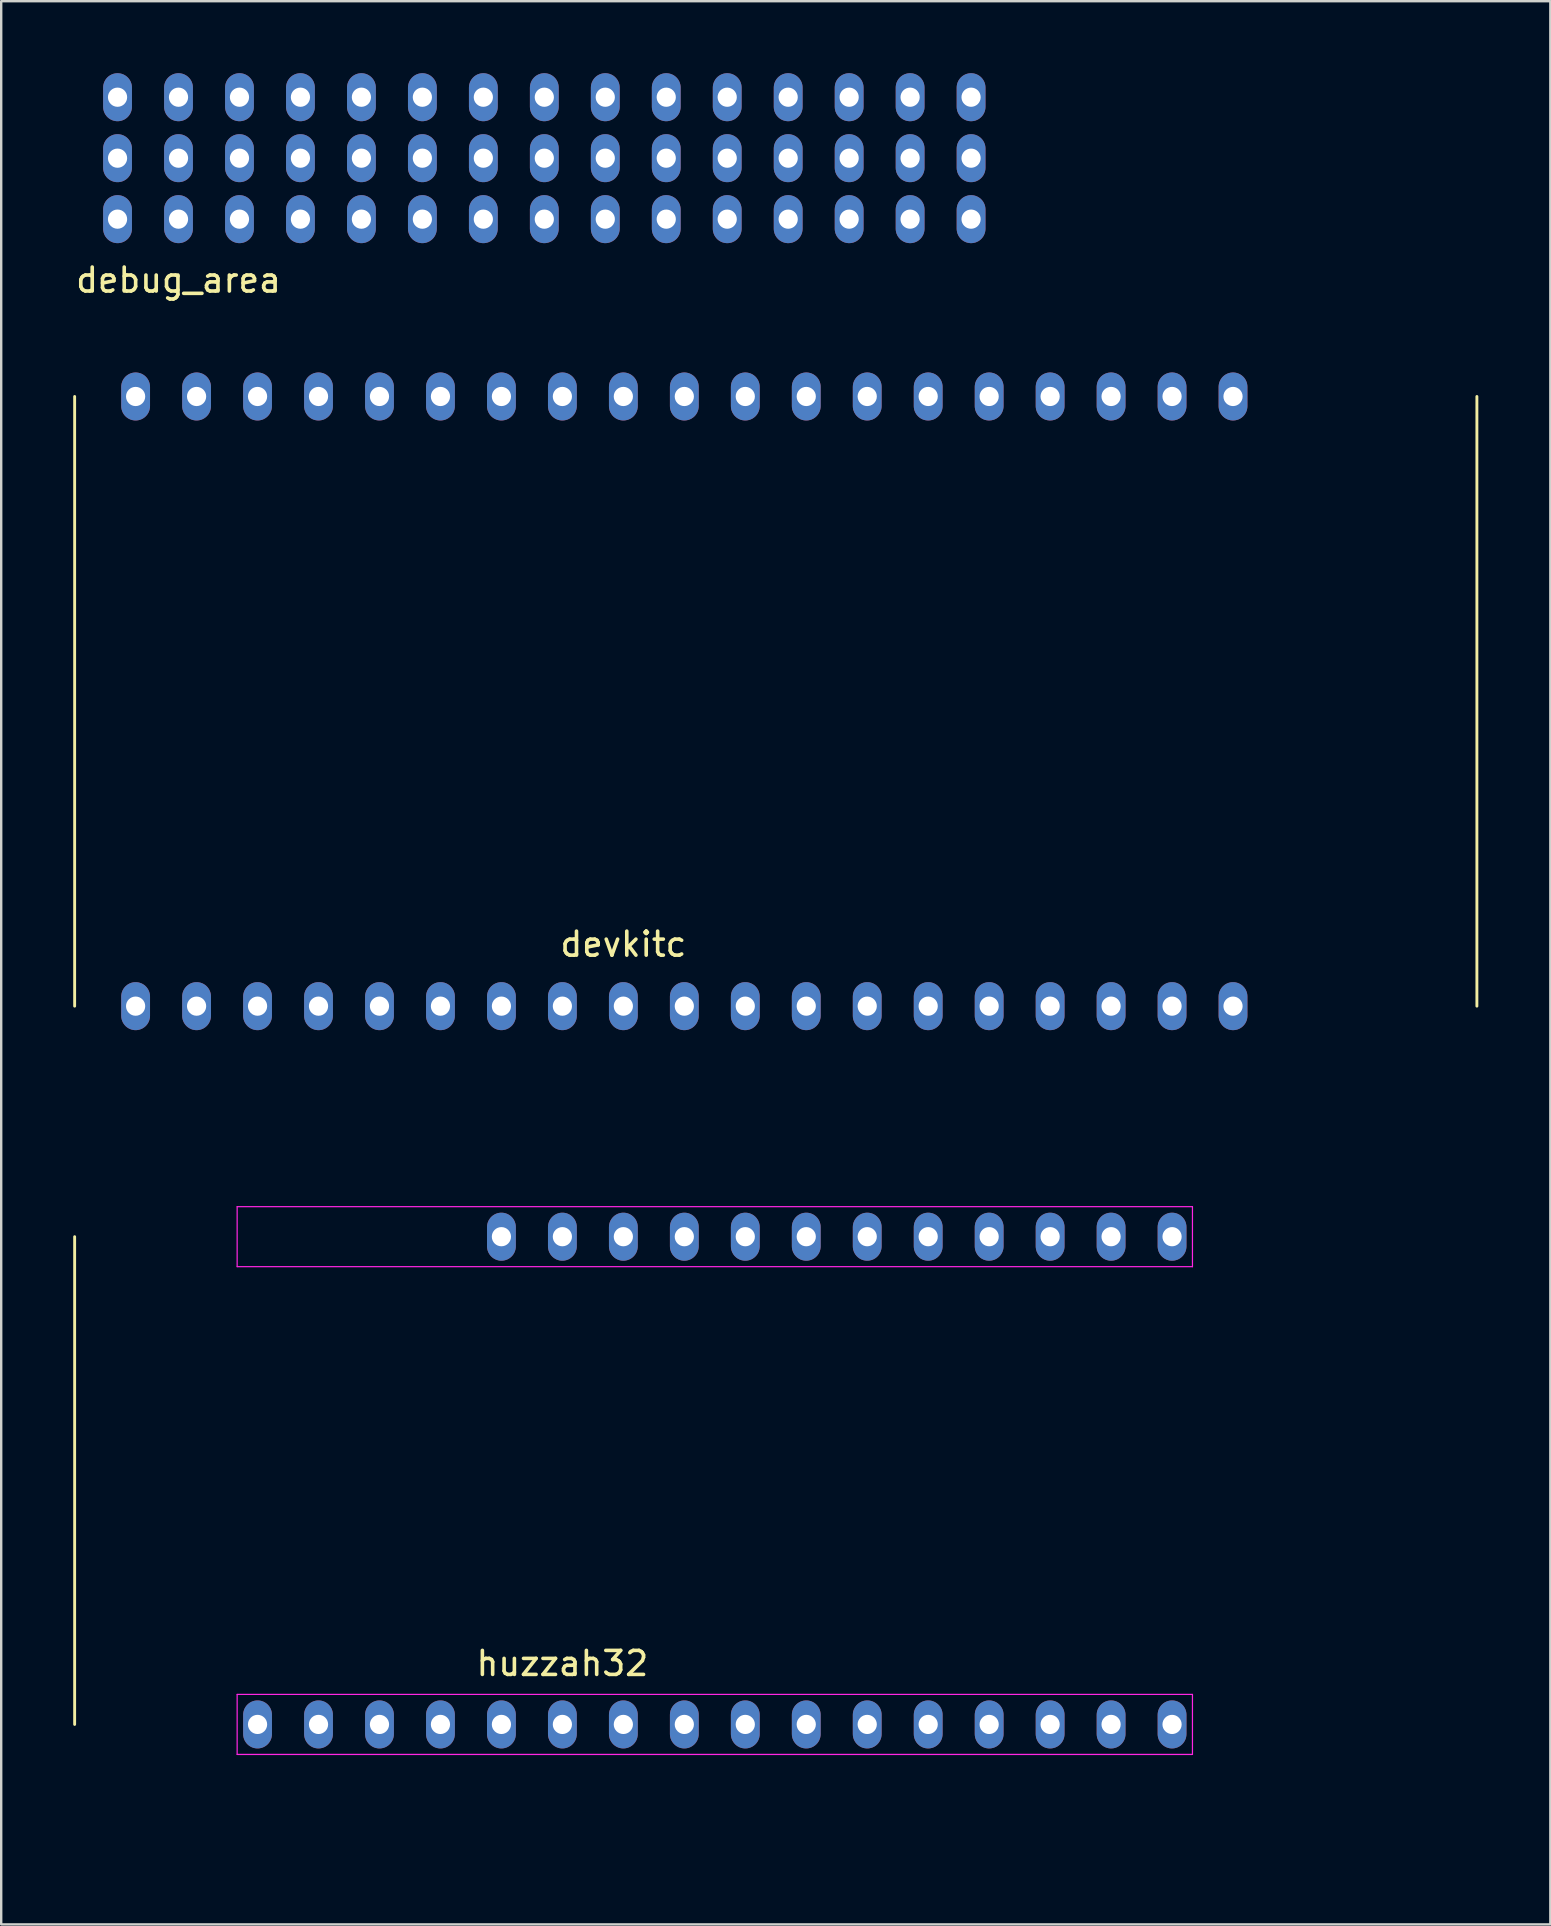
<source format=kicad_pcb>
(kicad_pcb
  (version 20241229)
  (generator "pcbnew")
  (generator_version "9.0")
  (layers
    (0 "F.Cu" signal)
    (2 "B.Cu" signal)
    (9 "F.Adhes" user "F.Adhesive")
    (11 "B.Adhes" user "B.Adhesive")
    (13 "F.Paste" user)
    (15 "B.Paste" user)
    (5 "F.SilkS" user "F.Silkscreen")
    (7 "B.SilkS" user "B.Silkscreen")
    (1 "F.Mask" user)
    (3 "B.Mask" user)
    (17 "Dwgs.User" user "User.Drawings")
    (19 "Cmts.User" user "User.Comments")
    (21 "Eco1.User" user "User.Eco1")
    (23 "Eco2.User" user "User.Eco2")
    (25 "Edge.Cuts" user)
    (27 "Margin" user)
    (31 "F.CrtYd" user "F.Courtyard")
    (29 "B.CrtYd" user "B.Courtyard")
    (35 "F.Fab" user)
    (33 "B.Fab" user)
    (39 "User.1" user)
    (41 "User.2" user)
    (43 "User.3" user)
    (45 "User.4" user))
  (footprint "huzzah32"
    (layer "F.Cu")
    (at 25.46 73.873)
    (property "Reference" "huzzah32" (at -5.08 -7.62 0) (layer "F.SilkS") (effects (font (size 1 1) (thickness 0.15))))
    (attr through_hole)
    (fp_line (start -25.4 -25.4) (end -25.4 -5.08) (stroke (width 0.12) (type solid)) (layer "F.SilkS"))
    (fp_line (start -18.63 -26.65) (end 21.17 -26.65) (stroke (width 0.05) (type solid)) (layer "F.CrtYd"))
    (fp_line (start -18.63 -24.15) (end -18.63 -26.65) (stroke (width 0.05) (type solid)) (layer "F.CrtYd"))
    (fp_line (start -18.63 -6.33) (end 21.17 -6.33) (stroke (width 0.05) (type solid)) (layer "F.CrtYd"))
    (fp_line (start -18.63 -3.83) (end -18.63 -6.33) (stroke (width 0.05) (type solid)) (layer "F.CrtYd"))
    (fp_line (start 21.17 -26.65) (end 21.17 -24.15) (stroke (width 0.05) (type solid)) (layer "F.CrtYd"))
    (fp_line (start 21.17 -24.15) (end -18.63 -24.15) (stroke (width 0.05) (type solid)) (layer "F.CrtYd"))
    (fp_line (start 21.17 -6.33) (end 21.17 -3.83) (stroke (width 0.05) (type solid)) (layer "F.CrtYd"))
    (fp_line (start 21.17 -3.83) (end -18.63 -3.83) (stroke (width 0.05) (type solid)) (layer "F.CrtYd"))
    (pad "1" thru_hole oval (at 20.32 -5.08) (size 1.2 2) (drill 0.8) (layers "*.Cu" "*.Mask"))
    (pad "2" thru_hole oval (at 17.78 -5.08) (size 1.2 2) (drill 0.8) (layers "*.Cu" "*.Mask"))
    (pad "3" thru_hole oval (at 15.24 -5.08) (size 1.2 2) (drill 0.8) (layers "*.Cu" "*.Mask"))
    (pad "4" thru_hole oval (at 12.7 -5.08) (size 1.2 2) (drill 0.8) (layers "*.Cu" "*.Mask"))
    (pad "5" thru_hole oval (at 10.16 -5.08) (size 1.2 2) (drill 0.8) (layers "*.Cu" "*.Mask"))
    (pad "6" thru_hole oval (at 7.62 -5.08) (size 1.2 2) (drill 0.8) (layers "*.Cu" "*.Mask"))
    (pad "7" thru_hole oval (at 5.08 -5.08) (size 1.2 2) (drill 0.8) (layers "*.Cu" "*.Mask"))
    (pad "8" thru_hole oval (at 2.54 -5.08) (size 1.2 2) (drill 0.8) (layers "*.Cu" "*.Mask"))
    (pad "9" thru_hole oval (at 0 -5.08) (size 1.2 2) (drill 0.8) (layers "*.Cu" "*.Mask"))
    (pad "10" thru_hole oval (at -2.54 -5.08) (size 1.2 2) (drill 0.8) (layers "*.Cu" "*.Mask"))
    (pad "11" thru_hole oval (at -5.08 -5.08) (size 1.2 2) (drill 0.8) (layers "*.Cu" "*.Mask"))
    (pad "12" thru_hole oval (at -7.62 -5.08) (size 1.2 2) (drill 0.8) (layers "*.Cu" "*.Mask"))
    (pad "13" thru_hole oval (at -10.16 -5.08) (size 1.2 2) (drill 0.8) (layers "*.Cu" "*.Mask"))
    (pad "14" thru_hole oval (at -12.7 -5.08) (size 1.2 2) (drill 0.8) (layers "*.Cu" "*.Mask"))
    (pad "15" thru_hole oval (at -15.24 -5.08) (size 1.2 2) (drill 0.8) (layers "*.Cu" "*.Mask"))
    (pad "16" thru_hole oval (at -17.78 -5.08) (size 1.2 2) (drill 0.8) (layers "*.Cu" "*.Mask"))
    (pad "17" thru_hole oval (at 20.32 -25.4) (size 1.2 2) (drill 0.8) (layers "*.Cu" "*.Mask"))
    (pad "18" thru_hole oval (at 17.78 -25.4) (size 1.2 2) (drill 0.8) (layers "*.Cu" "*.Mask"))
    (pad "19" thru_hole oval (at 15.24 -25.4) (size 1.2 2) (drill 0.8) (layers "*.Cu" "*.Mask"))
    (pad "20" thru_hole oval (at 12.7 -25.4) (size 1.2 2) (drill 0.8) (layers "*.Cu" "*.Mask"))
    (pad "21" thru_hole oval (at 10.16 -25.4) (size 1.2 2) (drill 0.8) (layers "*.Cu" "*.Mask"))
    (pad "22" thru_hole oval (at 7.62 -25.4) (size 1.2 2) (drill 0.8) (layers "*.Cu" "*.Mask"))
    (pad "23" thru_hole oval (at 5.08 -25.4) (size 1.2 2) (drill 0.8) (layers "*.Cu" "*.Mask"))
    (pad "24" thru_hole oval (at 2.54 -25.4) (size 1.2 2) (drill 0.8) (layers "*.Cu" "*.Mask"))
    (pad "25" thru_hole oval (at 0 -25.4) (size 1.2 2) (drill 0.8) (layers "*.Cu" "*.Mask"))
    (pad "26" thru_hole oval (at -2.54 -25.4) (size 1.2 2) (drill 0.8) (layers "*.Cu" "*.Mask"))
    (pad "27" thru_hole oval (at -5.08 -25.4) (size 1.2 2) (drill 0.8) (layers "*.Cu" "*.Mask"))
    (pad "28" thru_hole oval (at -7.62 -25.4) (size 1.2 2) (drill 0.8) (layers "*.Cu" "*.Mask")))
  (footprint "debug_area"
    (layer "F.Cu")
    (at 17.087 6.08)
    (property "Reference" "debug_area" (at -12.7 2.54 0) (layer "F.SilkS") (effects (font (size 1 1) (thickness 0.15))))
    (attr through_hole)
    (pad "" thru_hole oval (at -15.24 -5.08) (size 1.2 2) (drill 0.8) (layers "*.Cu" "*.Mask"))
    (pad "" thru_hole oval (at -15.24 -2.54) (size 1.2 2) (drill 0.8) (layers "*.Cu" "*.Mask"))
    (pad "" thru_hole oval (at -15.24 0) (size 1.2 2) (drill 0.8) (layers "*.Cu" "*.Mask"))
    (pad "" thru_hole oval (at -12.7 -5.08) (size 1.2 2) (drill 0.8) (layers "*.Cu" "*.Mask"))
    (pad "" thru_hole oval (at -12.7 -2.54) (size 1.2 2) (drill 0.8) (layers "*.Cu" "*.Mask"))
    (pad "" thru_hole oval (at -12.7 0) (size 1.2 2) (drill 0.8) (layers "*.Cu" "*.Mask"))
    (pad "" thru_hole oval (at -10.16 -5.08) (size 1.2 2) (drill 0.8) (layers "*.Cu" "*.Mask"))
    (pad "" thru_hole oval (at -10.16 -2.54) (size 1.2 2) (drill 0.8) (layers "*.Cu" "*.Mask"))
    (pad "" thru_hole oval (at -10.16 0) (size 1.2 2) (drill 0.8) (layers "*.Cu" "*.Mask"))
    (pad "" thru_hole oval (at -7.62 -5.08) (size 1.2 2) (drill 0.8) (layers "*.Cu" "*.Mask"))
    (pad "" thru_hole oval (at -7.62 -2.54) (size 1.2 2) (drill 0.8) (layers "*.Cu" "*.Mask"))
    (pad "" thru_hole oval (at -7.62 0) (size 1.2 2) (drill 0.8) (layers "*.Cu" "*.Mask"))
    (pad "" thru_hole oval (at -5.08 -5.08) (size 1.2 2) (drill 0.8) (layers "*.Cu" "*.Mask"))
    (pad "" thru_hole oval (at -5.08 -2.54) (size 1.2 2) (drill 0.8) (layers "*.Cu" "*.Mask"))
    (pad "" thru_hole oval (at -5.08 0) (size 1.2 2) (drill 0.8) (layers "*.Cu" "*.Mask"))
    (pad "" thru_hole oval (at -2.54 -5.08) (size 1.2 2) (drill 0.8) (layers "*.Cu" "*.Mask"))
    (pad "" thru_hole oval (at -2.54 -2.54) (size 1.2 2) (drill 0.8) (layers "*.Cu" "*.Mask"))
    (pad "" thru_hole oval (at -2.54 0) (size 1.2 2) (drill 0.8) (layers "*.Cu" "*.Mask"))
    (pad "" thru_hole oval (at 0 -5.08) (size 1.2 2) (drill 0.8) (layers "*.Cu" "*.Mask"))
    (pad "" thru_hole oval (at 0 -2.54) (size 1.2 2) (drill 0.8) (layers "*.Cu" "*.Mask"))
    (pad "" thru_hole oval (at 0 0) (size 1.2 2) (drill 0.8) (layers "*.Cu" "*.Mask"))
    (pad "" thru_hole oval (at 2.54 -5.08) (size 1.2 2) (drill 0.8) (layers "*.Cu" "*.Mask"))
    (pad "" thru_hole oval (at 2.54 -2.54) (size 1.2 2) (drill 0.8) (layers "*.Cu" "*.Mask"))
    (pad "" thru_hole oval (at 2.54 0) (size 1.2 2) (drill 0.8) (layers "*.Cu" "*.Mask"))
    (pad "" thru_hole oval (at 5.08 -5.08) (size 1.2 2) (drill 0.8) (layers "*.Cu" "*.Mask"))
    (pad "" thru_hole oval (at 5.08 -2.54) (size 1.2 2) (drill 0.8) (layers "*.Cu" "*.Mask"))
    (pad "" thru_hole oval (at 5.08 0) (size 1.2 2) (drill 0.8) (layers "*.Cu" "*.Mask"))
    (pad "" thru_hole oval (at 7.62 -5.08) (size 1.2 2) (drill 0.8) (layers "*.Cu" "*.Mask"))
    (pad "" thru_hole oval (at 7.62 -2.54) (size 1.2 2) (drill 0.8) (layers "*.Cu" "*.Mask"))
    (pad "" thru_hole oval (at 7.62 0) (size 1.2 2) (drill 0.8) (layers "*.Cu" "*.Mask"))
    (pad "" thru_hole oval (at 10.16 -5.08) (size 1.2 2) (drill 0.8) (layers "*.Cu" "*.Mask"))
    (pad "" thru_hole oval (at 10.16 -2.54) (size 1.2 2) (drill 0.8) (layers "*.Cu" "*.Mask"))
    (pad "" thru_hole oval (at 10.16 0) (size 1.2 2) (drill 0.8) (layers "*.Cu" "*.Mask"))
    (pad "" thru_hole oval (at 12.7 -5.08) (size 1.2 2) (drill 0.8) (layers "*.Cu" "*.Mask"))
    (pad "" thru_hole oval (at 12.7 -2.54) (size 1.2 2) (drill 0.8) (layers "*.Cu" "*.Mask"))
    (pad "" thru_hole oval (at 12.7 0) (size 1.2 2) (drill 0.8) (layers "*.Cu" "*.Mask"))
    (pad "" thru_hole oval (at 15.24 -5.08) (size 1.2 2) (drill 0.8) (layers "*.Cu" "*.Mask"))
    (pad "" thru_hole oval (at 15.24 -2.54) (size 1.2 2) (drill 0.8) (layers "*.Cu" "*.Mask"))
    (pad "" thru_hole oval (at 15.24 0) (size 1.2 2) (drill 0.8) (layers "*.Cu" "*.Mask"))
    (pad "" thru_hole oval (at 17.78 -5.08) (size 1.2 2) (drill 0.8) (layers "*.Cu" "*.Mask"))
    (pad "" thru_hole oval (at 17.78 -2.54) (size 1.2 2) (drill 0.8) (layers "*.Cu" "*.Mask"))
    (pad "" thru_hole oval (at 17.78 0) (size 1.2 2) (drill 0.8) (layers "*.Cu" "*.Mask"))
    (pad "" thru_hole oval (at 20.32 -5.08) (size 1.2 2) (drill 0.8) (layers "*.Cu" "*.Mask"))
    (pad "" thru_hole oval (at 20.32 -2.54) (size 1.2 2) (drill 0.8) (layers "*.Cu" "*.Mask"))
    (pad "" thru_hole oval (at 20.32 0) (size 1.2 2) (drill 0.8) (layers "*.Cu" "*.Mask")))
  (footprint "devkitc"
    (layer "F.Cu")
    (at 28 43.948)
    (property "Reference" "devkitc" (at -5.08 -7.66 0) (layer "F.SilkS") (effects (font (size 1 1) (thickness 0.15))))
    (attr through_hole)
    (fp_line (start -27.94 -30.48) (end -27.94 -5.08) (stroke (width 0.12) (type solid)) (layer "F.SilkS"))
    (fp_line (start 30.48 -30.48) (end 30.48 -5.08) (stroke (width 0.12) (type solid)) (layer "F.SilkS"))
    (pad "1" thru_hole oval (at -25.4 -5.08) (size 1.2 2) (drill 0.8) (layers "*.Cu" "*.Mask"))
    (pad "2" thru_hole oval (at -22.86 -5.08) (size 1.2 2) (drill 0.8) (layers "*.Cu" "*.Mask"))
    (pad "3" thru_hole oval (at -20.32 -5.08) (size 1.2 2) (drill 0.8) (layers "*.Cu" "*.Mask"))
    (pad "4" thru_hole oval (at -17.78 -5.08) (size 1.2 2) (drill 0.8) (layers "*.Cu" "*.Mask"))
    (pad "5" thru_hole oval (at -15.24 -5.08) (size 1.2 2) (drill 0.8) (layers "*.Cu" "*.Mask"))
    (pad "6" thru_hole oval (at -12.7 -5.08) (size 1.2 2) (drill 0.8) (layers "*.Cu" "*.Mask"))
    (pad "7" thru_hole oval (at -10.16 -5.08) (size 1.2 2) (drill 0.8) (layers "*.Cu" "*.Mask"))
    (pad "8" thru_hole oval (at -7.62 -5.08) (size 1.2 2) (drill 0.8) (layers "*.Cu" "*.Mask"))
    (pad "9" thru_hole oval (at -5.08 -5.08) (size 1.2 2) (drill 0.8) (layers "*.Cu" "*.Mask"))
    (pad "10" thru_hole oval (at -2.54 -5.08) (size 1.2 2) (drill 0.8) (layers "*.Cu" "*.Mask"))
    (pad "11" thru_hole oval (at 0 -5.08) (size 1.2 2) (drill 0.8) (layers "*.Cu" "*.Mask"))
    (pad "12" thru_hole oval (at 2.54 -5.08) (size 1.2 2) (drill 0.8) (layers "*.Cu" "*.Mask"))
    (pad "13" thru_hole oval (at 5.08 -5.08) (size 1.2 2) (drill 0.8) (layers "*.Cu" "*.Mask"))
    (pad "14" thru_hole oval (at 7.62 -5.08) (size 1.2 2) (drill 0.8) (layers "*.Cu" "*.Mask"))
    (pad "15" thru_hole oval (at 10.16 -5.08) (size 1.2 2) (drill 0.8) (layers "*.Cu" "*.Mask"))
    (pad "16" thru_hole oval (at 12.7 -5.08) (size 1.2 2) (drill 0.8) (layers "*.Cu" "*.Mask"))
    (pad "17" thru_hole oval (at 15.24 -5.08) (size 1.2 2) (drill 0.8) (layers "*.Cu" "*.Mask"))
    (pad "18" thru_hole oval (at 17.78 -5.08) (size 1.2 2) (drill 0.8) (layers "*.Cu" "*.Mask"))
    (pad "19" thru_hole oval (at 20.32 -5.08) (size 1.2 2) (drill 0.8) (layers "*.Cu" "*.Mask"))
    (pad "20" thru_hole oval (at -25.4 -30.48) (size 1.2 2) (drill 0.8) (layers "*.Cu" "*.Mask"))
    (pad "21" thru_hole oval (at -22.86 -30.48) (size 1.2 2) (drill 0.8) (layers "*.Cu" "*.Mask"))
    (pad "22" thru_hole oval (at -20.32 -30.48) (size 1.2 2) (drill 0.8) (layers "*.Cu" "*.Mask"))
    (pad "23" thru_hole oval (at -17.78 -30.48) (size 1.2 2) (drill 0.8) (layers "*.Cu" "*.Mask"))
    (pad "24" thru_hole oval (at -15.24 -30.48) (size 1.2 2) (drill 0.8) (layers "*.Cu" "*.Mask"))
    (pad "25" thru_hole oval (at -12.7 -30.48) (size 1.2 2) (drill 0.8) (layers "*.Cu" "*.Mask"))
    (pad "26" thru_hole oval (at -10.16 -30.48) (size 1.2 2) (drill 0.8) (layers "*.Cu" "*.Mask"))
    (pad "27" thru_hole oval (at -7.62 -30.48) (size 1.2 2) (drill 0.8) (layers "*.Cu" "*.Mask"))
    (pad "28" thru_hole oval (at -5.08 -30.48) (size 1.2 2) (drill 0.8) (layers "*.Cu" "*.Mask"))
    (pad "29" thru_hole oval (at -2.54 -30.48) (size 1.2 2) (drill 0.8) (layers "*.Cu" "*.Mask"))
    (pad "30" thru_hole oval (at 0 -30.48) (size 1.2 2) (drill 0.8) (layers "*.Cu" "*.Mask"))
    (pad "31" thru_hole oval (at 2.54 -30.48) (size 1.2 2) (drill 0.8) (layers "*.Cu" "*.Mask"))
    (pad "32" thru_hole oval (at 5.08 -30.48) (size 1.2 2) (drill 0.8) (layers "*.Cu" "*.Mask"))
    (pad "33" thru_hole oval (at 7.62 -30.48) (size 1.2 2) (drill 0.8) (layers "*.Cu" "*.Mask"))
    (pad "34" thru_hole oval (at 10.16 -30.48) (size 1.2 2) (drill 0.8) (layers "*.Cu" "*.Mask"))
    (pad "35" thru_hole oval (at 12.7 -30.48) (size 1.2 2) (drill 0.8) (layers "*.Cu" "*.Mask"))
    (pad "36" thru_hole oval (at 15.24 -30.48) (size 1.2 2) (drill 0.8) (layers "*.Cu" "*.Mask"))
    (pad "37" thru_hole oval (at 17.78 -30.48) (size 1.2 2) (drill 0.8) (layers "*.Cu" "*.Mask"))
    (pad "38" thru_hole oval (at 20.32 -30.48) (size 1.2 2) (drill 0.8) (layers "*.Cu" "*.Mask")))
  (gr_rect
    (start -3 -3)
    (end 61.54 77.123)
    (stroke (width 0.1) (type default))
    (fill no)
    (layer "Edge.Cuts")))
</source>
